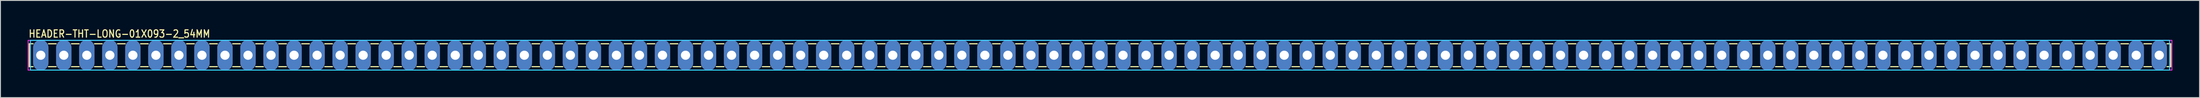
<source format=kicad_pcb>
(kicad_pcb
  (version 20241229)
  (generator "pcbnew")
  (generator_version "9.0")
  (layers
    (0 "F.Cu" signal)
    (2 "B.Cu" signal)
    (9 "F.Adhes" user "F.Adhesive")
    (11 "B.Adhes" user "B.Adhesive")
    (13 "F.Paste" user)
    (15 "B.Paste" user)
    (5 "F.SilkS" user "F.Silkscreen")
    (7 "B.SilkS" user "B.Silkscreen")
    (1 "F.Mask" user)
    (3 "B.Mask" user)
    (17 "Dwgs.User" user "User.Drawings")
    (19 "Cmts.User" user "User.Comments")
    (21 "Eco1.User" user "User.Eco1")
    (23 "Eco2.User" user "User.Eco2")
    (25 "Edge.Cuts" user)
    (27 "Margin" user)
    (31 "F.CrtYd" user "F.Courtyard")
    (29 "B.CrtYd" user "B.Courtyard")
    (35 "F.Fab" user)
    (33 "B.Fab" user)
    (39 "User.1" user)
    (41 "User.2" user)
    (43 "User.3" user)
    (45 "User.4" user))
  (footprint "HEADER-THT-LONG-01X093-2_54MM"
    (layer "F.Cu")
    (at 1.447 3.079)
    (property "Reference" "HEADER-THT-LONG-01X093-2_54MM" (at -1.4 -1.9 0) (unlocked yes) (layer "F.SilkS") (effects (font (size 0.813 0.695) (thickness 0.122)) (justify left bottom)))
    (fp_line (start -1.27 -1.27) (end -1.27 1.27) (stroke (width 0.127) (type solid)) (layer "F.SilkS"))
    (fp_line (start -1.27 1.27) (end -0.85 1.27) (stroke (width 0.127) (type solid)) (layer "F.SilkS"))
    (fp_line (start -0.85 -1.27) (end -1.27 -1.27) (stroke (width 0.127) (type solid)) (layer "F.SilkS"))
    (fp_line (start 0.85 -1.27) (end 1.69 -1.27) (stroke (width 0.127) (type solid)) (layer "F.SilkS"))
    (fp_line (start 0.85 1.27) (end 1.69 1.27) (stroke (width 0.127) (type solid)) (layer "F.SilkS"))
    (fp_line (start 3.39 -1.27) (end 4.23 -1.27) (stroke (width 0.127) (type solid)) (layer "F.SilkS"))
    (fp_line (start 3.39 1.27) (end 4.23 1.27) (stroke (width 0.127) (type solid)) (layer "F.SilkS"))
    (fp_line (start 5.93 -1.27) (end 6.77 -1.27) (stroke (width 0.127) (type solid)) (layer "F.SilkS"))
    (fp_line (start 5.93 1.27) (end 6.77 1.27) (stroke (width 0.127) (type solid)) (layer "F.SilkS"))
    (fp_line (start 8.47 -1.27) (end 9.31 -1.27) (stroke (width 0.127) (type solid)) (layer "F.SilkS"))
    (fp_line (start 8.47 1.27) (end 9.31 1.27) (stroke (width 0.127) (type solid)) (layer "F.SilkS"))
    (fp_line (start 11.01 -1.27) (end 11.85 -1.27) (stroke (width 0.127) (type solid)) (layer "F.SilkS"))
    (fp_line (start 11.01 1.27) (end 11.85 1.27) (stroke (width 0.127) (type solid)) (layer "F.SilkS"))
    (fp_line (start 13.55 -1.27) (end 14.39 -1.27) (stroke (width 0.127) (type solid)) (layer "F.SilkS"))
    (fp_line (start 13.55 1.27) (end 14.39 1.27) (stroke (width 0.127) (type solid)) (layer "F.SilkS"))
    (fp_line (start 16.09 -1.27) (end 16.93 -1.27) (stroke (width 0.127) (type solid)) (layer "F.SilkS"))
    (fp_line (start 16.09 1.27) (end 16.93 1.27) (stroke (width 0.127) (type solid)) (layer "F.SilkS"))
    (fp_line (start 18.63 -1.27) (end 19.47 -1.27) (stroke (width 0.127) (type solid)) (layer "F.SilkS"))
    (fp_line (start 18.63 1.27) (end 19.47 1.27) (stroke (width 0.127) (type solid)) (layer "F.SilkS"))
    (fp_line (start 21.17 -1.27) (end 22.01 -1.27) (stroke (width 0.127) (type solid)) (layer "F.SilkS"))
    (fp_line (start 21.17 1.27) (end 22.01 1.27) (stroke (width 0.127) (type solid)) (layer "F.SilkS"))
    (fp_line (start 23.71 -1.27) (end 24.55 -1.27) (stroke (width 0.127) (type solid)) (layer "F.SilkS"))
    (fp_line (start 23.71 1.27) (end 24.55 1.27) (stroke (width 0.127) (type solid)) (layer "F.SilkS"))
    (fp_line (start 26.25 -1.27) (end 27.09 -1.27) (stroke (width 0.127) (type solid)) (layer "F.SilkS"))
    (fp_line (start 26.25 1.27) (end 27.09 1.27) (stroke (width 0.127) (type solid)) (layer "F.SilkS"))
    (fp_line (start 28.79 -1.27) (end 29.63 -1.27) (stroke (width 0.127) (type solid)) (layer "F.SilkS"))
    (fp_line (start 28.79 1.27) (end 29.63 1.27) (stroke (width 0.127) (type solid)) (layer "F.SilkS"))
    (fp_line (start 31.33 -1.27) (end 32.17 -1.27) (stroke (width 0.127) (type solid)) (layer "F.SilkS"))
    (fp_line (start 31.33 1.27) (end 32.17 1.27) (stroke (width 0.127) (type solid)) (layer "F.SilkS"))
    (fp_line (start 33.87 -1.27) (end 34.71 -1.27) (stroke (width 0.127) (type solid)) (layer "F.SilkS"))
    (fp_line (start 33.87 1.27) (end 34.71 1.27) (stroke (width 0.127) (type solid)) (layer "F.SilkS"))
    (fp_line (start 36.41 -1.27) (end 37.25 -1.27) (stroke (width 0.127) (type solid)) (layer "F.SilkS"))
    (fp_line (start 36.41 1.27) (end 37.25 1.27) (stroke (width 0.127) (type solid)) (layer "F.SilkS"))
    (fp_line (start 38.95 -1.27) (end 39.79 -1.27) (stroke (width 0.127) (type solid)) (layer "F.SilkS"))
    (fp_line (start 38.95 1.27) (end 39.79 1.27) (stroke (width 0.127) (type solid)) (layer "F.SilkS"))
    (fp_line (start 41.49 -1.27) (end 42.33 -1.27) (stroke (width 0.127) (type solid)) (layer "F.SilkS"))
    (fp_line (start 41.49 1.27) (end 42.33 1.27) (stroke (width 0.127) (type solid)) (layer "F.SilkS"))
    (fp_line (start 44.03 -1.27) (end 44.87 -1.27) (stroke (width 0.127) (type solid)) (layer "F.SilkS"))
    (fp_line (start 44.03 1.27) (end 44.87 1.27) (stroke (width 0.127) (type solid)) (layer "F.SilkS"))
    (fp_line (start 46.57 -1.27) (end 47.41 -1.27) (stroke (width 0.127) (type solid)) (layer "F.SilkS"))
    (fp_line (start 46.57 1.27) (end 47.41 1.27) (stroke (width 0.127) (type solid)) (layer "F.SilkS"))
    (fp_line (start 49.11 -1.27) (end 49.95 -1.27) (stroke (width 0.127) (type solid)) (layer "F.SilkS"))
    (fp_line (start 49.11 1.27) (end 49.95 1.27) (stroke (width 0.127) (type solid)) (layer "F.SilkS"))
    (fp_line (start 51.65 -1.27) (end 52.49 -1.27) (stroke (width 0.127) (type solid)) (layer "F.SilkS"))
    (fp_line (start 51.65 1.27) (end 52.49 1.27) (stroke (width 0.127) (type solid)) (layer "F.SilkS"))
    (fp_line (start 54.19 -1.27) (end 55.03 -1.27) (stroke (width 0.127) (type solid)) (layer "F.SilkS"))
    (fp_line (start 54.19 1.27) (end 55.03 1.27) (stroke (width 0.127) (type solid)) (layer "F.SilkS"))
    (fp_line (start 56.73 -1.27) (end 57.57 -1.27) (stroke (width 0.127) (type solid)) (layer "F.SilkS"))
    (fp_line (start 56.73 1.27) (end 57.57 1.27) (stroke (width 0.127) (type solid)) (layer "F.SilkS"))
    (fp_line (start 59.27 -1.27) (end 60.11 -1.27) (stroke (width 0.127) (type solid)) (layer "F.SilkS"))
    (fp_line (start 59.27 1.27) (end 60.11 1.27) (stroke (width 0.127) (type solid)) (layer "F.SilkS"))
    (fp_line (start 61.81 -1.27) (end 62.65 -1.27) (stroke (width 0.127) (type solid)) (layer "F.SilkS"))
    (fp_line (start 61.81 1.27) (end 62.65 1.27) (stroke (width 0.127) (type solid)) (layer "F.SilkS"))
    (fp_line (start 64.35 -1.27) (end 65.19 -1.27) (stroke (width 0.127) (type solid)) (layer "F.SilkS"))
    (fp_line (start 64.35 1.27) (end 65.19 1.27) (stroke (width 0.127) (type solid)) (layer "F.SilkS"))
    (fp_line (start 66.89 -1.27) (end 67.73 -1.27) (stroke (width 0.127) (type solid)) (layer "F.SilkS"))
    (fp_line (start 66.89 1.27) (end 67.73 1.27) (stroke (width 0.127) (type solid)) (layer "F.SilkS"))
    (fp_line (start 69.43 -1.27) (end 70.27 -1.27) (stroke (width 0.127) (type solid)) (layer "F.SilkS"))
    (fp_line (start 69.43 1.27) (end 70.27 1.27) (stroke (width 0.127) (type solid)) (layer "F.SilkS"))
    (fp_line (start 71.97 -1.27) (end 72.81 -1.27) (stroke (width 0.127) (type solid)) (layer "F.SilkS"))
    (fp_line (start 71.97 1.27) (end 72.81 1.27) (stroke (width 0.127) (type solid)) (layer "F.SilkS"))
    (fp_line (start 74.51 -1.27) (end 75.35 -1.27) (stroke (width 0.127) (type solid)) (layer "F.SilkS"))
    (fp_line (start 74.51 1.27) (end 75.35 1.27) (stroke (width 0.127) (type solid)) (layer "F.SilkS"))
    (fp_line (start 77.05 -1.27) (end 77.89 -1.27) (stroke (width 0.127) (type solid)) (layer "F.SilkS"))
    (fp_line (start 77.05 1.27) (end 77.89 1.27) (stroke (width 0.127) (type solid)) (layer "F.SilkS"))
    (fp_line (start 79.59 -1.27) (end 80.43 -1.27) (stroke (width 0.127) (type solid)) (layer "F.SilkS"))
    (fp_line (start 79.59 1.27) (end 80.43 1.27) (stroke (width 0.127) (type solid)) (layer "F.SilkS"))
    (fp_line (start 82.13 -1.27) (end 82.97 -1.27) (stroke (width 0.127) (type solid)) (layer "F.SilkS"))
    (fp_line (start 82.13 1.27) (end 82.97 1.27) (stroke (width 0.127) (type solid)) (layer "F.SilkS"))
    (fp_line (start 84.67 -1.27) (end 85.51 -1.27) (stroke (width 0.127) (type solid)) (layer "F.SilkS"))
    (fp_line (start 84.67 1.27) (end 85.51 1.27) (stroke (width 0.127) (type solid)) (layer "F.SilkS"))
    (fp_line (start 87.21 -1.27) (end 88.05 -1.27) (stroke (width 0.127) (type solid)) (layer "F.SilkS"))
    (fp_line (start 87.21 1.27) (end 88.05 1.27) (stroke (width 0.127) (type solid)) (layer "F.SilkS"))
    (fp_line (start 89.75 -1.27) (end 90.59 -1.27) (stroke (width 0.127) (type solid)) (layer "F.SilkS"))
    (fp_line (start 89.75 1.27) (end 90.59 1.27) (stroke (width 0.127) (type solid)) (layer "F.SilkS"))
    (fp_line (start 92.29 -1.27) (end 93.13 -1.27) (stroke (width 0.127) (type solid)) (layer "F.SilkS"))
    (fp_line (start 92.29 1.27) (end 93.13 1.27) (stroke (width 0.127) (type solid)) (layer "F.SilkS"))
    (fp_line (start 94.83 -1.27) (end 95.67 -1.27) (stroke (width 0.127) (type solid)) (layer "F.SilkS"))
    (fp_line (start 94.83 1.27) (end 95.67 1.27) (stroke (width 0.127) (type solid)) (layer "F.SilkS"))
    (fp_line (start 97.37 -1.27) (end 98.21 -1.27) (stroke (width 0.127) (type solid)) (layer "F.SilkS"))
    (fp_line (start 97.37 1.27) (end 98.21 1.27) (stroke (width 0.127) (type solid)) (layer "F.SilkS"))
    (fp_line (start 99.91 -1.27) (end 100.75 -1.27) (stroke (width 0.127) (type solid)) (layer "F.SilkS"))
    (fp_line (start 99.91 1.27) (end 100.75 1.27) (stroke (width 0.127) (type solid)) (layer "F.SilkS"))
    (fp_line (start 102.45 -1.27) (end 103.29 -1.27) (stroke (width 0.127) (type solid)) (layer "F.SilkS"))
    (fp_line (start 102.45 1.27) (end 103.29 1.27) (stroke (width 0.127) (type solid)) (layer "F.SilkS"))
    (fp_line (start 104.99 -1.27) (end 105.83 -1.27) (stroke (width 0.127) (type solid)) (layer "F.SilkS"))
    (fp_line (start 104.99 1.27) (end 105.83 1.27) (stroke (width 0.127) (type solid)) (layer "F.SilkS"))
    (fp_line (start 107.53 -1.27) (end 108.37 -1.27) (stroke (width 0.127) (type solid)) (layer "F.SilkS"))
    (fp_line (start 107.53 1.27) (end 108.37 1.27) (stroke (width 0.127) (type solid)) (layer "F.SilkS"))
    (fp_line (start 110.07 -1.27) (end 110.91 -1.27) (stroke (width 0.127) (type solid)) (layer "F.SilkS"))
    (fp_line (start 110.07 1.27) (end 110.91 1.27) (stroke (width 0.127) (type solid)) (layer "F.SilkS"))
    (fp_line (start 112.61 -1.27) (end 113.45 -1.27) (stroke (width 0.127) (type solid)) (layer "F.SilkS"))
    (fp_line (start 112.61 1.27) (end 113.45 1.27) (stroke (width 0.127) (type solid)) (layer "F.SilkS"))
    (fp_line (start 115.15 -1.27) (end 115.99 -1.27) (stroke (width 0.127) (type solid)) (layer "F.SilkS"))
    (fp_line (start 115.15 1.27) (end 115.99 1.27) (stroke (width 0.127) (type solid)) (layer "F.SilkS"))
    (fp_line (start 117.69 -1.27) (end 118.53 -1.27) (stroke (width 0.127) (type solid)) (layer "F.SilkS"))
    (fp_line (start 117.69 1.27) (end 118.53 1.27) (stroke (width 0.127) (type solid)) (layer "F.SilkS"))
    (fp_line (start 120.23 -1.27) (end 121.07 -1.27) (stroke (width 0.127) (type solid)) (layer "F.SilkS"))
    (fp_line (start 120.23 1.27) (end 121.07 1.27) (stroke (width 0.127) (type solid)) (layer "F.SilkS"))
    (fp_line (start 122.77 -1.27) (end 123.61 -1.27) (stroke (width 0.127) (type solid)) (layer "F.SilkS"))
    (fp_line (start 122.77 1.27) (end 123.61 1.27) (stroke (width 0.127) (type solid)) (layer "F.SilkS"))
    (fp_line (start 125.31 -1.27) (end 126.15 -1.27) (stroke (width 0.127) (type solid)) (layer "F.SilkS"))
    (fp_line (start 125.31 1.27) (end 126.15 1.27) (stroke (width 0.127) (type solid)) (layer "F.SilkS"))
    (fp_line (start 127.85 -1.27) (end 128.69 -1.27) (stroke (width 0.127) (type solid)) (layer "F.SilkS"))
    (fp_line (start 127.85 1.27) (end 128.69 1.27) (stroke (width 0.127) (type solid)) (layer "F.SilkS"))
    (fp_line (start 130.39 -1.27) (end 131.23 -1.27) (stroke (width 0.127) (type solid)) (layer "F.SilkS"))
    (fp_line (start 130.39 1.27) (end 131.23 1.27) (stroke (width 0.127) (type solid)) (layer "F.SilkS"))
    (fp_line (start 132.93 -1.27) (end 133.77 -1.27) (stroke (width 0.127) (type solid)) (layer "F.SilkS"))
    (fp_line (start 132.93 1.27) (end 133.77 1.27) (stroke (width 0.127) (type solid)) (layer "F.SilkS"))
    (fp_line (start 135.47 -1.27) (end 136.31 -1.27) (stroke (width 0.127) (type solid)) (layer "F.SilkS"))
    (fp_line (start 135.47 1.27) (end 136.31 1.27) (stroke (width 0.127) (type solid)) (layer "F.SilkS"))
    (fp_line (start 138.01 -1.27) (end 138.85 -1.27) (stroke (width 0.127) (type solid)) (layer "F.SilkS"))
    (fp_line (start 138.01 1.27) (end 138.85 1.27) (stroke (width 0.127) (type solid)) (layer "F.SilkS"))
    (fp_line (start 140.55 -1.27) (end 141.39 -1.27) (stroke (width 0.127) (type solid)) (layer "F.SilkS"))
    (fp_line (start 140.55 1.27) (end 141.39 1.27) (stroke (width 0.127) (type solid)) (layer "F.SilkS"))
    (fp_line (start 143.09 -1.27) (end 143.93 -1.27) (stroke (width 0.127) (type solid)) (layer "F.SilkS"))
    (fp_line (start 143.09 1.27) (end 143.93 1.27) (stroke (width 0.127) (type solid)) (layer "F.SilkS"))
    (fp_line (start 145.63 -1.27) (end 146.47 -1.27) (stroke (width 0.127) (type solid)) (layer "F.SilkS"))
    (fp_line (start 145.63 1.27) (end 146.47 1.27) (stroke (width 0.127) (type solid)) (layer "F.SilkS"))
    (fp_line (start 148.17 -1.27) (end 149.01 -1.27) (stroke (width 0.127) (type solid)) (layer "F.SilkS"))
    (fp_line (start 148.17 1.27) (end 149.01 1.27) (stroke (width 0.127) (type solid)) (layer "F.SilkS"))
    (fp_line (start 150.71 -1.27) (end 151.55 -1.27) (stroke (width 0.127) (type solid)) (layer "F.SilkS"))
    (fp_line (start 150.71 1.27) (end 151.55 1.27) (stroke (width 0.127) (type solid)) (layer "F.SilkS"))
    (fp_line (start 153.25 -1.27) (end 154.09 -1.27) (stroke (width 0.127) (type solid)) (layer "F.SilkS"))
    (fp_line (start 153.25 1.27) (end 154.09 1.27) (stroke (width 0.127) (type solid)) (layer "F.SilkS"))
    (fp_line (start 155.79 -1.27) (end 156.63 -1.27) (stroke (width 0.127) (type solid)) (layer "F.SilkS"))
    (fp_line (start 155.79 1.27) (end 156.63 1.27) (stroke (width 0.127) (type solid)) (layer "F.SilkS"))
    (fp_line (start 158.33 -1.27) (end 159.17 -1.27) (stroke (width 0.127) (type solid)) (layer "F.SilkS"))
    (fp_line (start 158.33 1.27) (end 159.17 1.27) (stroke (width 0.127) (type solid)) (layer "F.SilkS"))
    (fp_line (start 160.87 -1.27) (end 161.71 -1.27) (stroke (width 0.127) (type solid)) (layer "F.SilkS"))
    (fp_line (start 160.87 1.27) (end 161.71 1.27) (stroke (width 0.127) (type solid)) (layer "F.SilkS"))
    (fp_line (start 163.41 -1.27) (end 164.25 -1.27) (stroke (width 0.127) (type solid)) (layer "F.SilkS"))
    (fp_line (start 163.41 1.27) (end 164.25 1.27) (stroke (width 0.127) (type solid)) (layer "F.SilkS"))
    (fp_line (start 165.95 -1.27) (end 166.79 -1.27) (stroke (width 0.127) (type solid)) (layer "F.SilkS"))
    (fp_line (start 165.95 1.27) (end 166.79 1.27) (stroke (width 0.127) (type solid)) (layer "F.SilkS"))
    (fp_line (start 168.49 -1.27) (end 169.33 -1.27) (stroke (width 0.127) (type solid)) (layer "F.SilkS"))
    (fp_line (start 168.49 1.27) (end 169.33 1.27) (stroke (width 0.127) (type solid)) (layer "F.SilkS"))
    (fp_line (start 171.03 -1.27) (end 171.87 -1.27) (stroke (width 0.127) (type solid)) (layer "F.SilkS"))
    (fp_line (start 171.03 1.27) (end 171.87 1.27) (stroke (width 0.127) (type solid)) (layer "F.SilkS"))
    (fp_line (start 173.57 -1.27) (end 174.41 -1.27) (stroke (width 0.127) (type solid)) (layer "F.SilkS"))
    (fp_line (start 173.57 1.27) (end 174.41 1.27) (stroke (width 0.127) (type solid)) (layer "F.SilkS"))
    (fp_line (start 176.11 -1.27) (end 176.95 -1.27) (stroke (width 0.127) (type solid)) (layer "F.SilkS"))
    (fp_line (start 176.11 1.27) (end 176.95 1.27) (stroke (width 0.127) (type solid)) (layer "F.SilkS"))
    (fp_line (start 178.65 -1.27) (end 179.49 -1.27) (stroke (width 0.127) (type solid)) (layer "F.SilkS"))
    (fp_line (start 178.65 1.27) (end 179.49 1.27) (stroke (width 0.127) (type solid)) (layer "F.SilkS"))
    (fp_line (start 181.19 -1.27) (end 182.03 -1.27) (stroke (width 0.127) (type solid)) (layer "F.SilkS"))
    (fp_line (start 181.19 1.27) (end 182.03 1.27) (stroke (width 0.127) (type solid)) (layer "F.SilkS"))
    (fp_line (start 183.73 -1.27) (end 184.57 -1.27) (stroke (width 0.127) (type solid)) (layer "F.SilkS"))
    (fp_line (start 183.73 1.27) (end 184.57 1.27) (stroke (width 0.127) (type solid)) (layer "F.SilkS"))
    (fp_line (start 186.27 -1.27) (end 187.11 -1.27) (stroke (width 0.127) (type solid)) (layer "F.SilkS"))
    (fp_line (start 186.27 1.27) (end 187.11 1.27) (stroke (width 0.127) (type solid)) (layer "F.SilkS"))
    (fp_line (start 188.81 -1.27) (end 189.65 -1.27) (stroke (width 0.127) (type solid)) (layer "F.SilkS"))
    (fp_line (start 188.81 1.27) (end 189.65 1.27) (stroke (width 0.127) (type solid)) (layer "F.SilkS"))
    (fp_line (start 191.35 -1.27) (end 192.19 -1.27) (stroke (width 0.127) (type solid)) (layer "F.SilkS"))
    (fp_line (start 191.35 1.27) (end 192.19 1.27) (stroke (width 0.127) (type solid)) (layer "F.SilkS"))
    (fp_line (start 193.89 -1.27) (end 194.73 -1.27) (stroke (width 0.127) (type solid)) (layer "F.SilkS"))
    (fp_line (start 193.89 1.27) (end 194.73 1.27) (stroke (width 0.127) (type solid)) (layer "F.SilkS"))
    (fp_line (start 196.43 -1.27) (end 197.27 -1.27) (stroke (width 0.127) (type solid)) (layer "F.SilkS"))
    (fp_line (start 196.43 1.27) (end 197.27 1.27) (stroke (width 0.127) (type solid)) (layer "F.SilkS"))
    (fp_line (start 198.97 -1.27) (end 199.81 -1.27) (stroke (width 0.127) (type solid)) (layer "F.SilkS"))
    (fp_line (start 198.97 1.27) (end 199.81 1.27) (stroke (width 0.127) (type solid)) (layer "F.SilkS"))
    (fp_line (start 201.51 -1.27) (end 202.35 -1.27) (stroke (width 0.127) (type solid)) (layer "F.SilkS"))
    (fp_line (start 201.51 1.27) (end 202.35 1.27) (stroke (width 0.127) (type solid)) (layer "F.SilkS"))
    (fp_line (start 204.05 -1.27) (end 204.89 -1.27) (stroke (width 0.127) (type solid)) (layer "F.SilkS"))
    (fp_line (start 204.05 1.27) (end 204.89 1.27) (stroke (width 0.127) (type solid)) (layer "F.SilkS"))
    (fp_line (start 206.59 -1.27) (end 207.43 -1.27) (stroke (width 0.127) (type solid)) (layer "F.SilkS"))
    (fp_line (start 206.59 1.27) (end 207.43 1.27) (stroke (width 0.127) (type solid)) (layer "F.SilkS"))
    (fp_line (start 209.13 -1.27) (end 209.97 -1.27) (stroke (width 0.127) (type solid)) (layer "F.SilkS"))
    (fp_line (start 209.13 1.27) (end 209.97 1.27) (stroke (width 0.127) (type solid)) (layer "F.SilkS"))
    (fp_line (start 211.67 -1.27) (end 212.51 -1.27) (stroke (width 0.127) (type solid)) (layer "F.SilkS"))
    (fp_line (start 211.67 1.27) (end 212.51 1.27) (stroke (width 0.127) (type solid)) (layer "F.SilkS"))
    (fp_line (start 214.21 -1.27) (end 215.05 -1.27) (stroke (width 0.127) (type solid)) (layer "F.SilkS"))
    (fp_line (start 214.21 1.27) (end 215.05 1.27) (stroke (width 0.127) (type solid)) (layer "F.SilkS"))
    (fp_line (start 216.75 -1.27) (end 217.59 -1.27) (stroke (width 0.127) (type solid)) (layer "F.SilkS"))
    (fp_line (start 216.75 1.27) (end 217.59 1.27) (stroke (width 0.127) (type solid)) (layer "F.SilkS"))
    (fp_line (start 219.29 -1.27) (end 220.13 -1.27) (stroke (width 0.127) (type solid)) (layer "F.SilkS"))
    (fp_line (start 219.29 1.27) (end 220.13 1.27) (stroke (width 0.127) (type solid)) (layer "F.SilkS"))
    (fp_line (start 221.83 -1.27) (end 222.67 -1.27) (stroke (width 0.127) (type solid)) (layer "F.SilkS"))
    (fp_line (start 221.83 1.27) (end 222.67 1.27) (stroke (width 0.127) (type solid)) (layer "F.SilkS"))
    (fp_line (start 224.37 -1.27) (end 225.21 -1.27) (stroke (width 0.127) (type solid)) (layer "F.SilkS"))
    (fp_line (start 224.37 1.27) (end 225.21 1.27) (stroke (width 0.127) (type solid)) (layer "F.SilkS"))
    (fp_line (start 226.91 -1.27) (end 227.75 -1.27) (stroke (width 0.127) (type solid)) (layer "F.SilkS"))
    (fp_line (start 226.91 1.27) (end 227.75 1.27) (stroke (width 0.127) (type solid)) (layer "F.SilkS"))
    (fp_line (start 229.45 -1.27) (end 230.29 -1.27) (stroke (width 0.127) (type solid)) (layer "F.SilkS"))
    (fp_line (start 229.45 1.27) (end 230.29 1.27) (stroke (width 0.127) (type solid)) (layer "F.SilkS"))
    (fp_line (start 231.99 -1.27) (end 232.83 -1.27) (stroke (width 0.127) (type solid)) (layer "F.SilkS"))
    (fp_line (start 231.99 1.27) (end 232.83 1.27) (stroke (width 0.127) (type solid)) (layer "F.SilkS"))
    (fp_line (start 234.53 -1.27) (end 234.95 -1.27) (stroke (width 0.127) (type solid)) (layer "F.SilkS"))
    (fp_line (start 234.95 -1.27) (end 234.95 1.27) (stroke (width 0.127) (type solid)) (layer "F.SilkS"))
    (fp_line (start 234.95 1.27) (end 234.53 1.27) (stroke (width 0.127) (type solid)) (layer "F.SilkS"))
    (fp_poly (pts (xy -1.143 -1.651) (xy 234.823 -1.651) (xy 234.823 1.651) (xy -1.143 1.651)) (stroke (width 0.1) (type solid)) (fill no) (layer "B.CrtYd"))
    (fp_poly (pts (xy -1.397 -1.651) (xy 235.077 -1.651) (xy 235.077 1.651) (xy -1.397 1.651)) (stroke (width 0.1) (type solid)) (fill no) (layer "F.CrtYd"))
    (pad "P$1" thru_hole oval (at 0 0 90) (size 3.387 1.693) (drill 1.016) (layers "*.Cu" "*.Mask"))
    (pad "P$2" thru_hole oval (at 2.54 0 90) (size 3.387 1.693) (drill 1.016) (layers "*.Cu" "*.Mask"))
    (pad "P$3" thru_hole oval (at 5.08 0 90) (size 3.387 1.693) (drill 1.016) (layers "*.Cu" "*.Mask"))
    (pad "P$4" thru_hole oval (at 7.62 0 90) (size 3.387 1.693) (drill 1.016) (layers "*.Cu" "*.Mask"))
    (pad "P$5" thru_hole oval (at 10.16 0 90) (size 3.387 1.693) (drill 1.016) (layers "*.Cu" "*.Mask"))
    (pad "P$6" thru_hole oval (at 12.7 0 90) (size 3.387 1.693) (drill 1.016) (layers "*.Cu" "*.Mask"))
    (pad "P$7" thru_hole oval (at 15.24 0 90) (size 3.387 1.693) (drill 1.016) (layers "*.Cu" "*.Mask"))
    (pad "P$8" thru_hole oval (at 17.78 0 90) (size 3.387 1.693) (drill 1.016) (layers "*.Cu" "*.Mask"))
    (pad "P$9" thru_hole oval (at 20.32 0 90) (size 3.387 1.693) (drill 1.016) (layers "*.Cu" "*.Mask"))
    (pad "P$10" thru_hole oval (at 22.86 0 90) (size 3.387 1.693) (drill 1.016) (layers "*.Cu" "*.Mask"))
    (pad "P$11" thru_hole oval (at 25.4 0 90) (size 3.387 1.693) (drill 1.016) (layers "*.Cu" "*.Mask"))
    (pad "P$12" thru_hole oval (at 27.94 0 90) (size 3.387 1.693) (drill 1.016) (layers "*.Cu" "*.Mask"))
    (pad "P$13" thru_hole oval (at 30.48 0 90) (size 3.387 1.693) (drill 1.016) (layers "*.Cu" "*.Mask"))
    (pad "P$14" thru_hole oval (at 33.02 0 90) (size 3.387 1.693) (drill 1.016) (layers "*.Cu" "*.Mask"))
    (pad "P$15" thru_hole oval (at 35.56 0 90) (size 3.387 1.693) (drill 1.016) (layers "*.Cu" "*.Mask"))
    (pad "P$16" thru_hole oval (at 38.1 0 90) (size 3.387 1.693) (drill 1.016) (layers "*.Cu" "*.Mask"))
    (pad "P$17" thru_hole oval (at 40.64 0 90) (size 3.387 1.693) (drill 1.016) (layers "*.Cu" "*.Mask"))
    (pad "P$18" thru_hole oval (at 43.18 0 90) (size 3.387 1.693) (drill 1.016) (layers "*.Cu" "*.Mask"))
    (pad "P$19" thru_hole oval (at 45.72 0 90) (size 3.387 1.693) (drill 1.016) (layers "*.Cu" "*.Mask"))
    (pad "P$20" thru_hole oval (at 48.26 0 90) (size 3.387 1.693) (drill 1.016) (layers "*.Cu" "*.Mask"))
    (pad "P$21" thru_hole oval (at 50.8 0 90) (size 3.387 1.693) (drill 1.016) (layers "*.Cu" "*.Mask"))
    (pad "P$22" thru_hole oval (at 53.34 0 90) (size 3.387 1.693) (drill 1.016) (layers "*.Cu" "*.Mask"))
    (pad "P$23" thru_hole oval (at 55.88 0 90) (size 3.387 1.693) (drill 1.016) (layers "*.Cu" "*.Mask"))
    (pad "P$24" thru_hole oval (at 58.42 0 90) (size 3.387 1.693) (drill 1.016) (layers "*.Cu" "*.Mask"))
    (pad "P$25" thru_hole oval (at 60.96 0 90) (size 3.387 1.693) (drill 1.016) (layers "*.Cu" "*.Mask"))
    (pad "P$26" thru_hole oval (at 63.5 0 90) (size 3.387 1.693) (drill 1.016) (layers "*.Cu" "*.Mask"))
    (pad "P$27" thru_hole oval (at 66.04 0 90) (size 3.387 1.693) (drill 1.016) (layers "*.Cu" "*.Mask"))
    (pad "P$28" thru_hole oval (at 68.58 0 90) (size 3.387 1.693) (drill 1.016) (layers "*.Cu" "*.Mask"))
    (pad "P$29" thru_hole oval (at 71.12 0 90) (size 3.387 1.693) (drill 1.016) (layers "*.Cu" "*.Mask"))
    (pad "P$30" thru_hole oval (at 73.66 0 90) (size 3.387 1.693) (drill 1.016) (layers "*.Cu" "*.Mask"))
    (pad "P$31" thru_hole oval (at 76.2 0 90) (size 3.387 1.693) (drill 1.016) (layers "*.Cu" "*.Mask"))
    (pad "P$32" thru_hole oval (at 78.74 0 90) (size 3.387 1.693) (drill 1.016) (layers "*.Cu" "*.Mask"))
    (pad "P$33" thru_hole oval (at 81.28 0 90) (size 3.387 1.693) (drill 1.016) (layers "*.Cu" "*.Mask"))
    (pad "P$34" thru_hole oval (at 83.82 0 90) (size 3.387 1.693) (drill 1.016) (layers "*.Cu" "*.Mask"))
    (pad "P$35" thru_hole oval (at 86.36 0 90) (size 3.387 1.693) (drill 1.016) (layers "*.Cu" "*.Mask"))
    (pad "P$36" thru_hole oval (at 88.9 0 90) (size 3.387 1.693) (drill 1.016) (layers "*.Cu" "*.Mask"))
    (pad "P$37" thru_hole oval (at 91.44 0 90) (size 3.387 1.693) (drill 1.016) (layers "*.Cu" "*.Mask"))
    (pad "P$38" thru_hole oval (at 93.98 0 90) (size 3.387 1.693) (drill 1.016) (layers "*.Cu" "*.Mask"))
    (pad "P$39" thru_hole oval (at 96.52 0 90) (size 3.387 1.693) (drill 1.016) (layers "*.Cu" "*.Mask"))
    (pad "P$40" thru_hole oval (at 99.06 0 90) (size 3.387 1.693) (drill 1.016) (layers "*.Cu" "*.Mask"))
    (pad "P$41" thru_hole oval (at 101.6 0 90) (size 3.387 1.693) (drill 1.016) (layers "*.Cu" "*.Mask"))
    (pad "P$42" thru_hole oval (at 104.14 0 90) (size 3.387 1.693) (drill 1.016) (layers "*.Cu" "*.Mask"))
    (pad "P$43" thru_hole oval (at 106.68 0 90) (size 3.387 1.693) (drill 1.016) (layers "*.Cu" "*.Mask"))
    (pad "P$44" thru_hole oval (at 109.22 0 90) (size 3.387 1.693) (drill 1.016) (layers "*.Cu" "*.Mask"))
    (pad "P$45" thru_hole oval (at 111.76 0 90) (size 3.387 1.693) (drill 1.016) (layers "*.Cu" "*.Mask"))
    (pad "P$46" thru_hole oval (at 114.3 0 90) (size 3.387 1.693) (drill 1.016) (layers "*.Cu" "*.Mask"))
    (pad "P$47" thru_hole oval (at 116.84 0 90) (size 3.387 1.693) (drill 1.016) (layers "*.Cu" "*.Mask"))
    (pad "P$48" thru_hole oval (at 119.38 0 90) (size 3.387 1.693) (drill 1.016) (layers "*.Cu" "*.Mask"))
    (pad "P$49" thru_hole oval (at 121.92 0 90) (size 3.387 1.693) (drill 1.016) (layers "*.Cu" "*.Mask"))
    (pad "P$50" thru_hole oval (at 124.46 0 90) (size 3.387 1.693) (drill 1.016) (layers "*.Cu" "*.Mask"))
    (pad "P$51" thru_hole oval (at 127 0 90) (size 3.387 1.693) (drill 1.016) (layers "*.Cu" "*.Mask"))
    (pad "P$52" thru_hole oval (at 129.54 0 90) (size 3.387 1.693) (drill 1.016) (layers "*.Cu" "*.Mask"))
    (pad "P$53" thru_hole oval (at 132.08 0 90) (size 3.387 1.693) (drill 1.016) (layers "*.Cu" "*.Mask"))
    (pad "P$54" thru_hole oval (at 134.62 0 90) (size 3.387 1.693) (drill 1.016) (layers "*.Cu" "*.Mask"))
    (pad "P$55" thru_hole oval (at 137.16 0 90) (size 3.387 1.693) (drill 1.016) (layers "*.Cu" "*.Mask"))
    (pad "P$56" thru_hole oval (at 139.7 0 90) (size 3.387 1.693) (drill 1.016) (layers "*.Cu" "*.Mask"))
    (pad "P$57" thru_hole oval (at 142.24 0 90) (size 3.387 1.693) (drill 1.016) (layers "*.Cu" "*.Mask"))
    (pad "P$58" thru_hole oval (at 144.78 0 90) (size 3.387 1.693) (drill 1.016) (layers "*.Cu" "*.Mask"))
    (pad "P$59" thru_hole oval (at 147.32 0 90) (size 3.387 1.693) (drill 1.016) (layers "*.Cu" "*.Mask"))
    (pad "P$60" thru_hole oval (at 149.86 0 90) (size 3.387 1.693) (drill 1.016) (layers "*.Cu" "*.Mask"))
    (pad "P$61" thru_hole oval (at 152.4 0 90) (size 3.387 1.693) (drill 1.016) (layers "*.Cu" "*.Mask"))
    (pad "P$62" thru_hole oval (at 154.94 0 90) (size 3.387 1.693) (drill 1.016) (layers "*.Cu" "*.Mask"))
    (pad "P$63" thru_hole oval (at 157.48 0 90) (size 3.387 1.693) (drill 1.016) (layers "*.Cu" "*.Mask"))
    (pad "P$64" thru_hole oval (at 160.02 0 90) (size 3.387 1.693) (drill 1.016) (layers "*.Cu" "*.Mask"))
    (pad "P$65" thru_hole oval (at 162.56 0 90) (size 3.387 1.693) (drill 1.016) (layers "*.Cu" "*.Mask"))
    (pad "P$66" thru_hole oval (at 165.1 0 90) (size 3.387 1.693) (drill 1.016) (layers "*.Cu" "*.Mask"))
    (pad "P$67" thru_hole oval (at 167.64 0 90) (size 3.387 1.693) (drill 1.016) (layers "*.Cu" "*.Mask"))
    (pad "P$68" thru_hole oval (at 170.18 0 90) (size 3.387 1.693) (drill 1.016) (layers "*.Cu" "*.Mask"))
    (pad "P$69" thru_hole oval (at 172.72 0 90) (size 3.387 1.693) (drill 1.016) (layers "*.Cu" "*.Mask"))
    (pad "P$70" thru_hole oval (at 175.26 0 90) (size 3.387 1.693) (drill 1.016) (layers "*.Cu" "*.Mask"))
    (pad "P$71" thru_hole oval (at 177.8 0 90) (size 3.387 1.693) (drill 1.016) (layers "*.Cu" "*.Mask"))
    (pad "P$72" thru_hole oval (at 180.34 0 90) (size 3.387 1.693) (drill 1.016) (layers "*.Cu" "*.Mask"))
    (pad "P$73" thru_hole oval (at 182.88 0 90) (size 3.387 1.693) (drill 1.016) (layers "*.Cu" "*.Mask"))
    (pad "P$74" thru_hole oval (at 185.42 0 90) (size 3.387 1.693) (drill 1.016) (layers "*.Cu" "*.Mask"))
    (pad "P$75" thru_hole oval (at 187.96 0 90) (size 3.387 1.693) (drill 1.016) (layers "*.Cu" "*.Mask"))
    (pad "P$76" thru_hole oval (at 190.5 0 90) (size 3.387 1.693) (drill 1.016) (layers "*.Cu" "*.Mask"))
    (pad "P$77" thru_hole oval (at 193.04 0 90) (size 3.387 1.693) (drill 1.016) (layers "*.Cu" "*.Mask"))
    (pad "P$78" thru_hole oval (at 195.58 0 90) (size 3.387 1.693) (drill 1.016) (layers "*.Cu" "*.Mask"))
    (pad "P$79" thru_hole oval (at 198.12 0 90) (size 3.387 1.693) (drill 1.016) (layers "*.Cu" "*.Mask"))
    (pad "P$80" thru_hole oval (at 200.66 0 90) (size 3.387 1.693) (drill 1.016) (layers "*.Cu" "*.Mask"))
    (pad "P$81" thru_hole oval (at 203.2 0 90) (size 3.387 1.693) (drill 1.016) (layers "*.Cu" "*.Mask"))
    (pad "P$82" thru_hole oval (at 205.74 0 90) (size 3.387 1.693) (drill 1.016) (layers "*.Cu" "*.Mask"))
    (pad "P$83" thru_hole oval (at 208.28 0 90) (size 3.387 1.693) (drill 1.016) (layers "*.Cu" "*.Mask"))
    (pad "P$84" thru_hole oval (at 210.82 0 90) (size 3.387 1.693) (drill 1.016) (layers "*.Cu" "*.Mask"))
    (pad "P$85" thru_hole oval (at 213.36 0 90) (size 3.387 1.693) (drill 1.016) (layers "*.Cu" "*.Mask"))
    (pad "P$86" thru_hole oval (at 215.9 0 90) (size 3.387 1.693) (drill 1.016) (layers "*.Cu" "*.Mask"))
    (pad "P$87" thru_hole oval (at 218.44 0 90) (size 3.387 1.693) (drill 1.016) (layers "*.Cu" "*.Mask"))
    (pad "P$88" thru_hole oval (at 220.98 0 90) (size 3.387 1.693) (drill 1.016) (layers "*.Cu" "*.Mask"))
    (pad "P$89" thru_hole oval (at 223.52 0 90) (size 3.387 1.693) (drill 1.016) (layers "*.Cu" "*.Mask"))
    (pad "P$90" thru_hole oval (at 226.06 0 90) (size 3.387 1.693) (drill 1.016) (layers "*.Cu" "*.Mask"))
    (pad "P$91" thru_hole oval (at 228.6 0 90) (size 3.387 1.693) (drill 1.016) (layers "*.Cu" "*.Mask"))
    (pad "P$92" thru_hole oval (at 231.14 0 90) (size 3.387 1.693) (drill 1.016) (layers "*.Cu" "*.Mask"))
    (pad "P$93" thru_hole oval (at 233.68 0 90) (size 3.387 1.693) (drill 1.016) (layers "*.Cu" "*.Mask")))
  (gr_rect
    (start -3 -3)
    (end 239.574 7.78)
    (stroke (width 0.1) (type default))
    (fill no)
    (layer "Edge.Cuts")))
</source>
